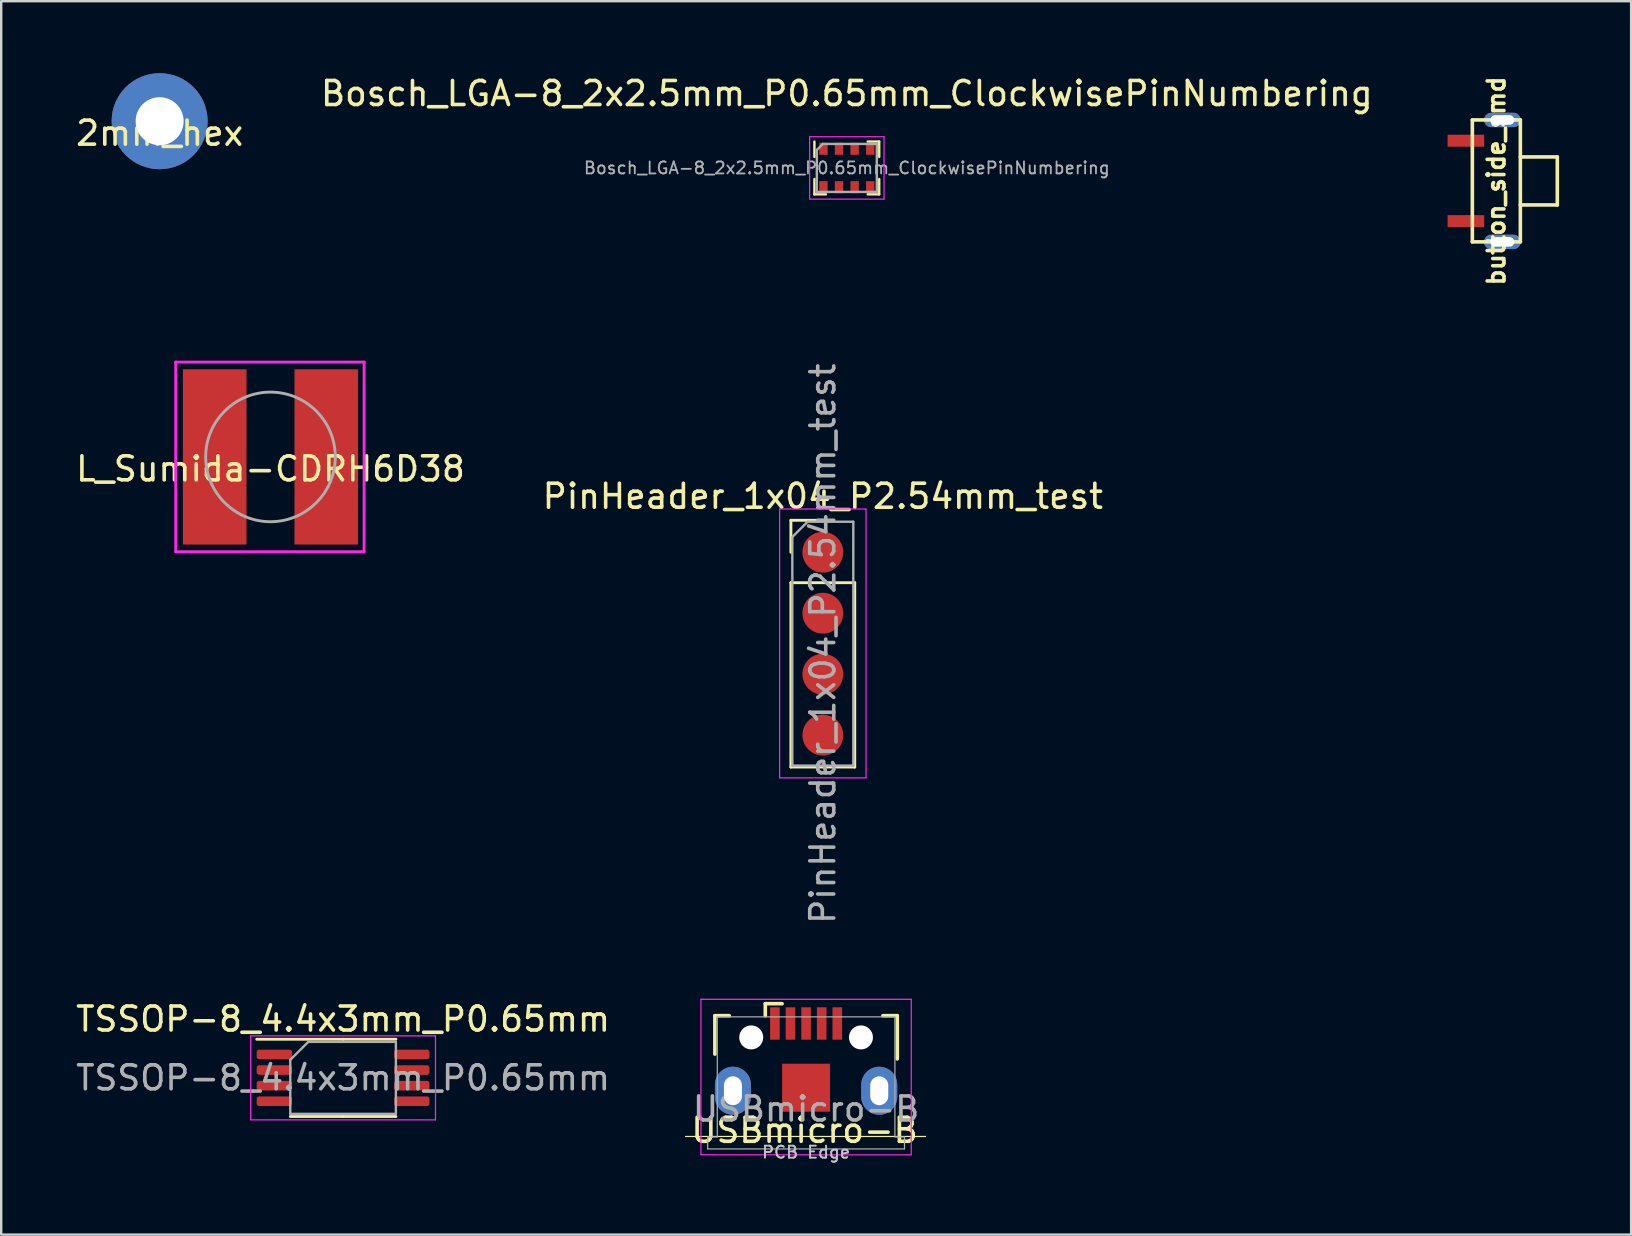
<source format=kicad_pcb>
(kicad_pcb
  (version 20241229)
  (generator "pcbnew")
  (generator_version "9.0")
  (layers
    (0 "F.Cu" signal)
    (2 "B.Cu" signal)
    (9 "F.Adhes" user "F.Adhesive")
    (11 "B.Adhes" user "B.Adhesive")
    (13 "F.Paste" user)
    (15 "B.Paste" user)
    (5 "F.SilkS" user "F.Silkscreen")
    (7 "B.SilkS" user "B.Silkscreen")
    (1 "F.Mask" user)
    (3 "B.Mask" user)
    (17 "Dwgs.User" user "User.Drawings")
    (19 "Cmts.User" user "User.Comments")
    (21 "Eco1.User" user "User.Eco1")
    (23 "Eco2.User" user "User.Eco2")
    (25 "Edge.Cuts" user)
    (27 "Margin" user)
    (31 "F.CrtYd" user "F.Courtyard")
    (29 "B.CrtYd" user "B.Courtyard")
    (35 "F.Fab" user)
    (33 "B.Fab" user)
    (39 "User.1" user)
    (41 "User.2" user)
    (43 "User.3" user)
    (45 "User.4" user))
  (footprint "L_Sumida-CDRH6D38"
    (layer "F.Cu")
    (at 8.22 15.987)
    (property "Reference" "L_Sumida-CDRH6D38" (at 0 0.5 0) (layer "F.SilkS") (effects (font (size 1 1) (thickness 0.15))))
    (attr through_hole)
    (fp_line (start -3.5 -3.8) (end 3.5 -3.8) (stroke (width 0.12) (type solid)) (layer "B.Paste"))
    (fp_line (start -3.5 3.8) (end 3.5 3.8) (stroke (width 0.12) (type solid)) (layer "B.Paste"))
    (fp_line (start -3.95 -3.95) (end 3.9 -3.95) (stroke (width 0.12) (type solid)) (layer "F.CrtYd"))
    (fp_line (start -3.95 3.95) (end -3.95 -3.95) (stroke (width 0.12) (type solid)) (layer "F.CrtYd"))
    (fp_line (start -3.95 3.95) (end 3.9 3.95) (stroke (width 0.12) (type solid)) (layer "F.CrtYd"))
    (fp_line (start 3.9 3.95) (end 3.9 -3.95) (stroke (width 0.12) (type solid)) (layer "F.CrtYd"))
    (fp_circle (center 0 0) (end 2.7 0) (stroke (width 0.12) (type solid)) (fill no) (layer "F.Fab"))
    (pad "1" smd rect (at 2.325 0) (size 2.65 7.3) (layers "F.Cu" "F.Mask" "F.Paste"))
    (pad "2" smd rect (at -2.325 0) (size 2.65 7.3) (layers "F.Cu" "F.Mask" "F.Paste")))
  (footprint "2mm_hex"
    (layer "F.Cu")
    (at 3.601 2)
    (property "Reference" "2mm_hex" (at 0 0.5 0) (layer "F.SilkS") (effects (font (size 1 1) (thickness 0.15))))
    (attr through_hole)
    (pad "" np_thru_hole circle (at 0 0) (size 4 4) (drill 2) (layers "*.Cu" "*.Mask")))
  (footprint "TSSOP-8_4.4x3mm_P0.65mm"
    (layer "F.Cu")
    (at 11.244 41.858)
    (property "Reference" "TSSOP-8_4.4x3mm_P0.65mm" (at 0 -2.45 0) (layer "F.SilkS") (effects (font (size 1 1) (thickness 0.15))))
    (attr smd)
    (fp_line (start 0 -1.61) (end -3.6 -1.61) (stroke (width 0.12) (type solid)) (layer "F.SilkS"))
    (fp_line (start 0 -1.61) (end 2.2 -1.61) (stroke (width 0.12) (type solid)) (layer "F.SilkS"))
    (fp_line (start 0 1.61) (end -2.2 1.61) (stroke (width 0.12) (type solid)) (layer "F.SilkS"))
    (fp_line (start 0 1.61) (end 2.2 1.61) (stroke (width 0.12) (type solid)) (layer "F.SilkS"))
    (fp_line (start -3.85 -1.75) (end -3.85 1.75) (stroke (width 0.05) (type solid)) (layer "F.CrtYd"))
    (fp_line (start -3.85 1.75) (end 3.85 1.75) (stroke (width 0.05) (type solid)) (layer "F.CrtYd"))
    (fp_line (start 3.85 -1.75) (end -3.85 -1.75) (stroke (width 0.05) (type solid)) (layer "F.CrtYd"))
    (fp_line (start 3.85 1.75) (end 3.85 -1.75) (stroke (width 0.05) (type solid)) (layer "F.CrtYd"))
    (fp_line (start -2.2 -0.75) (end -1.45 -1.5) (stroke (width 0.1) (type solid)) (layer "F.Fab"))
    (fp_line (start -2.2 1.5) (end -2.2 -0.75) (stroke (width 0.1) (type solid)) (layer "F.Fab"))
    (fp_line (start -1.45 -1.5) (end 2.2 -1.5) (stroke (width 0.1) (type solid)) (layer "F.Fab"))
    (fp_line (start 2.2 -1.5) (end 2.2 1.5) (stroke (width 0.1) (type solid)) (layer "F.Fab"))
    (fp_line (start 2.2 1.5) (end -2.2 1.5) (stroke (width 0.1) (type solid)) (layer "F.Fab"))
    (fp_text user "${REFERENCE}" (at 0 0 0) (layer "F.Fab") (effects (font (size 1 1) (thickness 0.15))))
    (pad "1" smd roundrect (at -2.862 -0.975) (size 1.475 0.4) (layers "F.Cu" "F.Mask" "F.Paste") (roundrect_rratio 0.25))
    (pad "2" smd roundrect (at -2.862 -0.325) (size 1.475 0.4) (layers "F.Cu" "F.Mask" "F.Paste") (roundrect_rratio 0.25))
    (pad "3" smd roundrect (at -2.862 0.325) (size 1.475 0.4) (layers "F.Cu" "F.Mask" "F.Paste") (roundrect_rratio 0.25))
    (pad "4" smd roundrect (at -2.862 0.975) (size 1.475 0.4) (layers "F.Cu" "F.Mask" "F.Paste") (roundrect_rratio 0.25))
    (pad "5" smd roundrect (at 2.862 0.975) (size 1.475 0.4) (layers "F.Cu" "F.Mask" "F.Paste") (roundrect_rratio 0.25))
    (pad "6" smd roundrect (at 2.862 0.325) (size 1.475 0.4) (layers "F.Cu" "F.Mask" "F.Paste") (roundrect_rratio 0.25))
    (pad "7" smd roundrect (at 2.862 -0.325) (size 1.475 0.4) (layers "F.Cu" "F.Mask" "F.Paste") (roundrect_rratio 0.25))
    (pad "8" smd roundrect (at 2.862 -0.975) (size 1.475 0.4) (layers "F.Cu" "F.Mask" "F.Paste") (roundrect_rratio 0.25)))
  (footprint "Bosch_LGA-8_2x2.5mm_P0.65mm_ClockwisePinNumbering"
    (layer "F.Cu")
    (at 32.232 3.948)
    (property "Reference" "Bosch_LGA-8_2x2.5mm_P0.65mm_ClockwisePinNumbering" (at 0 -3.1 0) (layer "F.SilkS") (effects (font (size 1 1) (thickness 0.15))))
    (attr smd)
    (fp_line (start -1.35 -0.46) (end -1.35 -1.1) (stroke (width 0.1) (type solid)) (layer "F.SilkS"))
    (fp_line (start -1.35 1.1) (end -1.35 0.46) (stroke (width 0.1) (type solid)) (layer "F.SilkS"))
    (fp_line (start -1.35 1.1) (end -0.87 1.1) (stroke (width 0.1) (type solid)) (layer "F.SilkS"))
    (fp_line (start 0.87 -1.1) (end 1.35 -1.1) (stroke (width 0.1) (type solid)) (layer "F.SilkS"))
    (fp_line (start 0.87 1.1) (end 1.35 1.1) (stroke (width 0.1) (type solid)) (layer "F.SilkS"))
    (fp_line (start 1.35 -0.46) (end 1.35 -1.1) (stroke (width 0.1) (type solid)) (layer "F.SilkS"))
    (fp_line (start 1.35 1.1) (end 1.35 0.46) (stroke (width 0.1) (type solid)) (layer "F.SilkS"))
    (fp_line (start -1.55 -1.3) (end 1.55 -1.3) (stroke (width 0.05) (type solid)) (layer "F.CrtYd"))
    (fp_line (start -1.55 1.3) (end -1.55 -1.3) (stroke (width 0.05) (type solid)) (layer "F.CrtYd"))
    (fp_line (start 1.55 -1.3) (end 1.55 1.3) (stroke (width 0.05) (type solid)) (layer "F.CrtYd"))
    (fp_line (start 1.55 1.3) (end -1.55 1.3) (stroke (width 0.05) (type solid)) (layer "F.CrtYd"))
    (fp_line (start -1.25 1) (end -1.25 -0.75) (stroke (width 0.1) (type solid)) (layer "F.Fab"))
    (fp_line (start -1.25 1) (end 1.25 1) (stroke (width 0.1) (type solid)) (layer "F.Fab"))
    (fp_line (start -1 -1) (end -1.25 -0.75) (stroke (width 0.1) (type solid)) (layer "F.Fab"))
    (fp_line (start 1.25 -1) (end -1 -1) (stroke (width 0.1) (type solid)) (layer "F.Fab"))
    (fp_line (start 1.25 -1) (end 1.25 1) (stroke (width 0.1) (type solid)) (layer "F.Fab"))
    (fp_text user "${REFERENCE}" (at 0 0 0) (layer "F.Fab") (effects (font (size 0.5 0.5) (thickness 0.075))))
    (pad "1" smd rect (at -0.975 -0.8 90) (size 0.5 0.35) (layers "F.Cu" "F.Mask" "F.Paste"))
    (pad "2" smd rect (at -0.325 -0.8 90) (size 0.5 0.35) (layers "F.Cu" "F.Mask" "F.Paste"))
    (pad "3" smd rect (at 0.325 -0.8 90) (size 0.5 0.35) (layers "F.Cu" "F.Mask" "F.Paste"))
    (pad "4" smd rect (at 0.975 -0.8 90) (size 0.5 0.35) (layers "F.Cu" "F.Mask" "F.Paste"))
    (pad "5" smd rect (at 0.975 0.8 90) (size 0.5 0.35) (layers "F.Cu" "F.Mask" "F.Paste"))
    (pad "6" smd rect (at 0.325 0.8 90) (size 0.5 0.35) (layers "F.Cu" "F.Mask" "F.Paste"))
    (pad "7" smd rect (at -0.325 0.8 90) (size 0.5 0.35) (layers "F.Cu" "F.Mask" "F.Paste"))
    (pad "8" smd rect (at -0.975 0.8 90) (size 0.5 0.35) (layers "F.Cu" "F.Mask" "F.Paste")))
  (footprint "button_side_smd"
    (layer "F.Cu")
    (at 59.294 4.488)
    (property "Reference" "button_side_smd" (at 0 0 270) (layer "F.SilkS") (effects (font (size 0.7 0.7) (thickness 0.15))))
    (attr through_hole)
    (fp_line (start -1 -2.54) (end -1 2.54) (stroke (width 0.15) (type solid)) (layer "F.SilkS"))
    (fp_line (start -1 2.54) (end 1 2.54) (stroke (width 0.15) (type solid)) (layer "F.SilkS"))
    (fp_line (start 1 -2.54) (end -1 -2.54) (stroke (width 0.15) (type solid)) (layer "F.SilkS"))
    (fp_line (start 1 -1) (end 2.54 -1) (stroke (width 0.15) (type solid)) (layer "F.SilkS"))
    (fp_line (start 1 2.54) (end 1 -2.54) (stroke (width 0.15) (type solid)) (layer "F.SilkS"))
    (fp_line (start 2.54 -1) (end 2.54 1) (stroke (width 0.15) (type solid)) (layer "F.SilkS"))
    (fp_line (start 2.54 1) (end 1 1) (stroke (width 0.15) (type solid)) (layer "F.SilkS"))
    (pad "" thru_hole oval (at 0.25 -2.54) (size 1.524 0.6) (drill oval 1 0.4) (layers "*.Cu" "*.Mask"))
    (pad "" thru_hole oval (at 0.25 2.54) (size 1.524 0.6) (drill oval 1 0.4) (layers "*.Cu" "*.Mask"))
    (pad "1" smd rect (at -1.27 -1.675) (size 1.524 0.5) (layers "F.Cu" "F.Mask" "F.Paste"))
    (pad "2" smd rect (at -1.27 1.675) (size 1.524 0.5) (layers "F.Cu" "F.Mask" "F.Paste")))
  (footprint "PinHeader_1x04_P2.54mm_test"
    (layer "F.Cu")
    (at 31.232 19.958)
    (property "Reference" "PinHeader_1x04_P2.54mm_test" (at 0 -2.33 0) (layer "F.SilkS") (effects (font (size 1 1) (thickness 0.15))))
    (attr through_hole)
    (fp_line (start -1.33 -1.33) (end 0 -1.33) (stroke (width 0.12) (type solid)) (layer "F.SilkS"))
    (fp_line (start -1.33 0) (end -1.33 -1.33) (stroke (width 0.12) (type solid)) (layer "F.SilkS"))
    (fp_line (start -1.33 1.27) (end -1.33 8.95) (stroke (width 0.12) (type solid)) (layer "F.SilkS"))
    (fp_line (start -1.33 1.27) (end 1.33 1.27) (stroke (width 0.12) (type solid)) (layer "F.SilkS"))
    (fp_line (start -1.33 8.95) (end 1.33 8.95) (stroke (width 0.12) (type solid)) (layer "F.SilkS"))
    (fp_line (start 1.33 1.27) (end 1.33 8.95) (stroke (width 0.12) (type solid)) (layer "F.SilkS"))
    (fp_line (start -1.8 -1.8) (end -1.8 9.4) (stroke (width 0.05) (type solid)) (layer "F.CrtYd"))
    (fp_line (start -1.8 9.4) (end 1.8 9.4) (stroke (width 0.05) (type solid)) (layer "F.CrtYd"))
    (fp_line (start 1.8 -1.8) (end -1.8 -1.8) (stroke (width 0.05) (type solid)) (layer "F.CrtYd"))
    (fp_line (start 1.8 9.4) (end 1.8 -1.8) (stroke (width 0.05) (type solid)) (layer "F.CrtYd"))
    (fp_line (start -1.27 -0.635) (end -0.635 -1.27) (stroke (width 0.1) (type solid)) (layer "F.Fab"))
    (fp_line (start -1.27 8.89) (end -1.27 -0.635) (stroke (width 0.1) (type solid)) (layer "F.Fab"))
    (fp_line (start -0.635 -1.27) (end 1.27 -1.27) (stroke (width 0.1) (type solid)) (layer "F.Fab"))
    (fp_line (start 1.27 -1.27) (end 1.27 8.89) (stroke (width 0.1) (type solid)) (layer "F.Fab"))
    (fp_line (start 1.27 8.89) (end -1.27 8.89) (stroke (width 0.1) (type solid)) (layer "F.Fab"))
    (fp_text user "${REFERENCE}" (at 0 3.81 90) (layer "F.Fab") (effects (font (size 1 1) (thickness 0.15))))
    (pad "1" smd circle (at 0 0) (size 1.7 1.7) (layers "F.Cu" "F.Mask" "F.Paste"))
    (pad "2" smd oval (at 0 2.54) (size 1.7 1.7) (layers "F.Cu" "F.Mask" "F.Paste"))
    (pad "3" smd oval (at 0 5.08) (size 1.7 1.7) (layers "F.Cu" "F.Mask" "F.Paste"))
    (pad "4" smd oval (at 0 7.62) (size 1.7 1.7) (layers "F.Cu" "F.Mask" "F.Paste")))
  (footprint "USBmicro-B"
    (layer "F.Cu")
    (at 30.535 42.268)
    (property "Reference" "USBmicro-B" (at -0.064 1.778 0) (layer "F.SilkS") (effects (font (size 1 1) (thickness 0.15))))
    (attr through_hole)
    (fp_line (start -3.8 -3) (end -3.2 -3) (stroke (width 0.15) (type solid)) (layer "F.SilkS"))
    (fp_line (start -3.8 -1.4) (end -3.8 -3) (stroke (width 0.15) (type solid)) (layer "F.SilkS"))
    (fp_line (start -1.7 -3.5) (end -1.7 -3) (stroke (width 0.15) (type solid)) (layer "F.SilkS"))
    (fp_line (start -1 -3.5) (end -1.7 -3.5) (stroke (width 0.15) (type solid)) (layer "F.SilkS"))
    (fp_line (start 3.8 -3) (end 3.2 -3) (stroke (width 0.15) (type solid)) (layer "F.SilkS"))
    (fp_line (start 3.8 -1.2) (end 3.8 -3) (stroke (width 0.15) (type solid)) (layer "F.SilkS"))
    (fp_line (start 4.978 2.032) (end -5.022 2.032) (stroke (width 0.05) (type solid)) (layer "F.SilkS"))
    (fp_line (start -4.381 -3.683) (end -4.381 2.794) (stroke (width 0.05) (type solid)) (layer "F.CrtYd"))
    (fp_line (start -4.381 2.794) (end 4.381 2.8) (stroke (width 0.05) (type solid)) (layer "F.CrtYd"))
    (fp_line (start 4.381 -3.683) (end -4.381 -3.683) (stroke (width 0.05) (type solid)) (layer "F.CrtYd"))
    (fp_line (start 4.381 2.794) (end 4.381 -3.683) (stroke (width 0.05) (type solid)) (layer "F.CrtYd"))
    (fp_line (start -4.1 2.05) (end -3.7 2.05) (stroke (width 0.05) (type solid)) (layer "F.Fab"))
    (fp_line (start -4.1 2.55) (end -4.1 2.05) (stroke (width 0.05) (type solid)) (layer "F.Fab"))
    (fp_line (start -4.1 2.55) (end 4.1 2.55) (stroke (width 0.05) (type solid)) (layer "F.Fab"))
    (fp_line (start -3.7 -2.95) (end -3.7 2.05) (stroke (width 0.05) (type solid)) (layer "F.Fab"))
    (fp_line (start 3.7 -2.95) (end -3.7 -2.95) (stroke (width 0.05) (type solid)) (layer "F.Fab"))
    (fp_line (start 3.7 2.05) (end 3.7 -2.95) (stroke (width 0.05) (type solid)) (layer "F.Fab"))
    (fp_line (start 4.1 2.05) (end 3.7 2.05) (stroke (width 0.05) (type solid)) (layer "F.Fab"))
    (fp_line (start 4.1 2.55) (end 4.1 2.05) (stroke (width 0.05) (type solid)) (layer "F.Fab"))
    (fp_text user "PCB Edge" (at 0 2.688 0) (layer "Dwgs.User") (effects (font (size 0.5 0.5) (thickness 0.08))))
    (fp_text user "${REFERENCE}" (at 0 0.887 0) (layer "F.Fab") (effects (font (size 1 1) (thickness 0.15))))
    (pad "" thru_hole oval (at -3.048 0.127) (size 1.5 2) (drill oval 0.75 1.2) (layers "*.Cu" "*.Mask" "F.Paste"))
    (pad "" np_thru_hole oval (at -2.286 -2.095) (size 1 1) (drill oval 1) (layers "*.Cu" "*.Mask"))
    (pad "" smd rect (at 0 0) (size 2 2) (layers "F.Cu" "F.Mask" "F.Paste"))
    (pad "" np_thru_hole oval (at 2.286 -2.095) (size 1 1) (drill oval 1) (layers "*.Cu" "*.Mask"))
    (pad "" thru_hole oval (at 3.048 0.127) (size 1.5 2) (drill oval 0.75 1.2) (layers "*.Cu" "*.Mask" "F.Paste"))
    (pad "1" smd rect (at 1.3 -2.675) (size 0.4 1.35) (layers "F.Cu" "F.Mask" "F.Paste"))
    (pad "2" smd rect (at 0.65 -2.675) (size 0.4 1.35) (layers "F.Cu" "F.Mask" "F.Paste"))
    (pad "3" smd rect (at 0 -2.675) (size 0.4 1.35) (layers "F.Cu" "F.Mask" "F.Paste"))
    (pad "4" smd rect (at -0.65 -2.675) (size 0.4 1.35) (layers "F.Cu" "F.Mask" "F.Paste"))
    (pad "5" smd rect (at -1.3 -2.675) (size 0.4 1.35) (layers "F.Cu" "F.Mask" "F.Paste")))
  (gr_rect
    (start -3 -3)
    (end 64.909 48.388)
    (stroke (width 0.1) (type default))
    (fill no)
    (layer "Edge.Cuts")))
</source>
